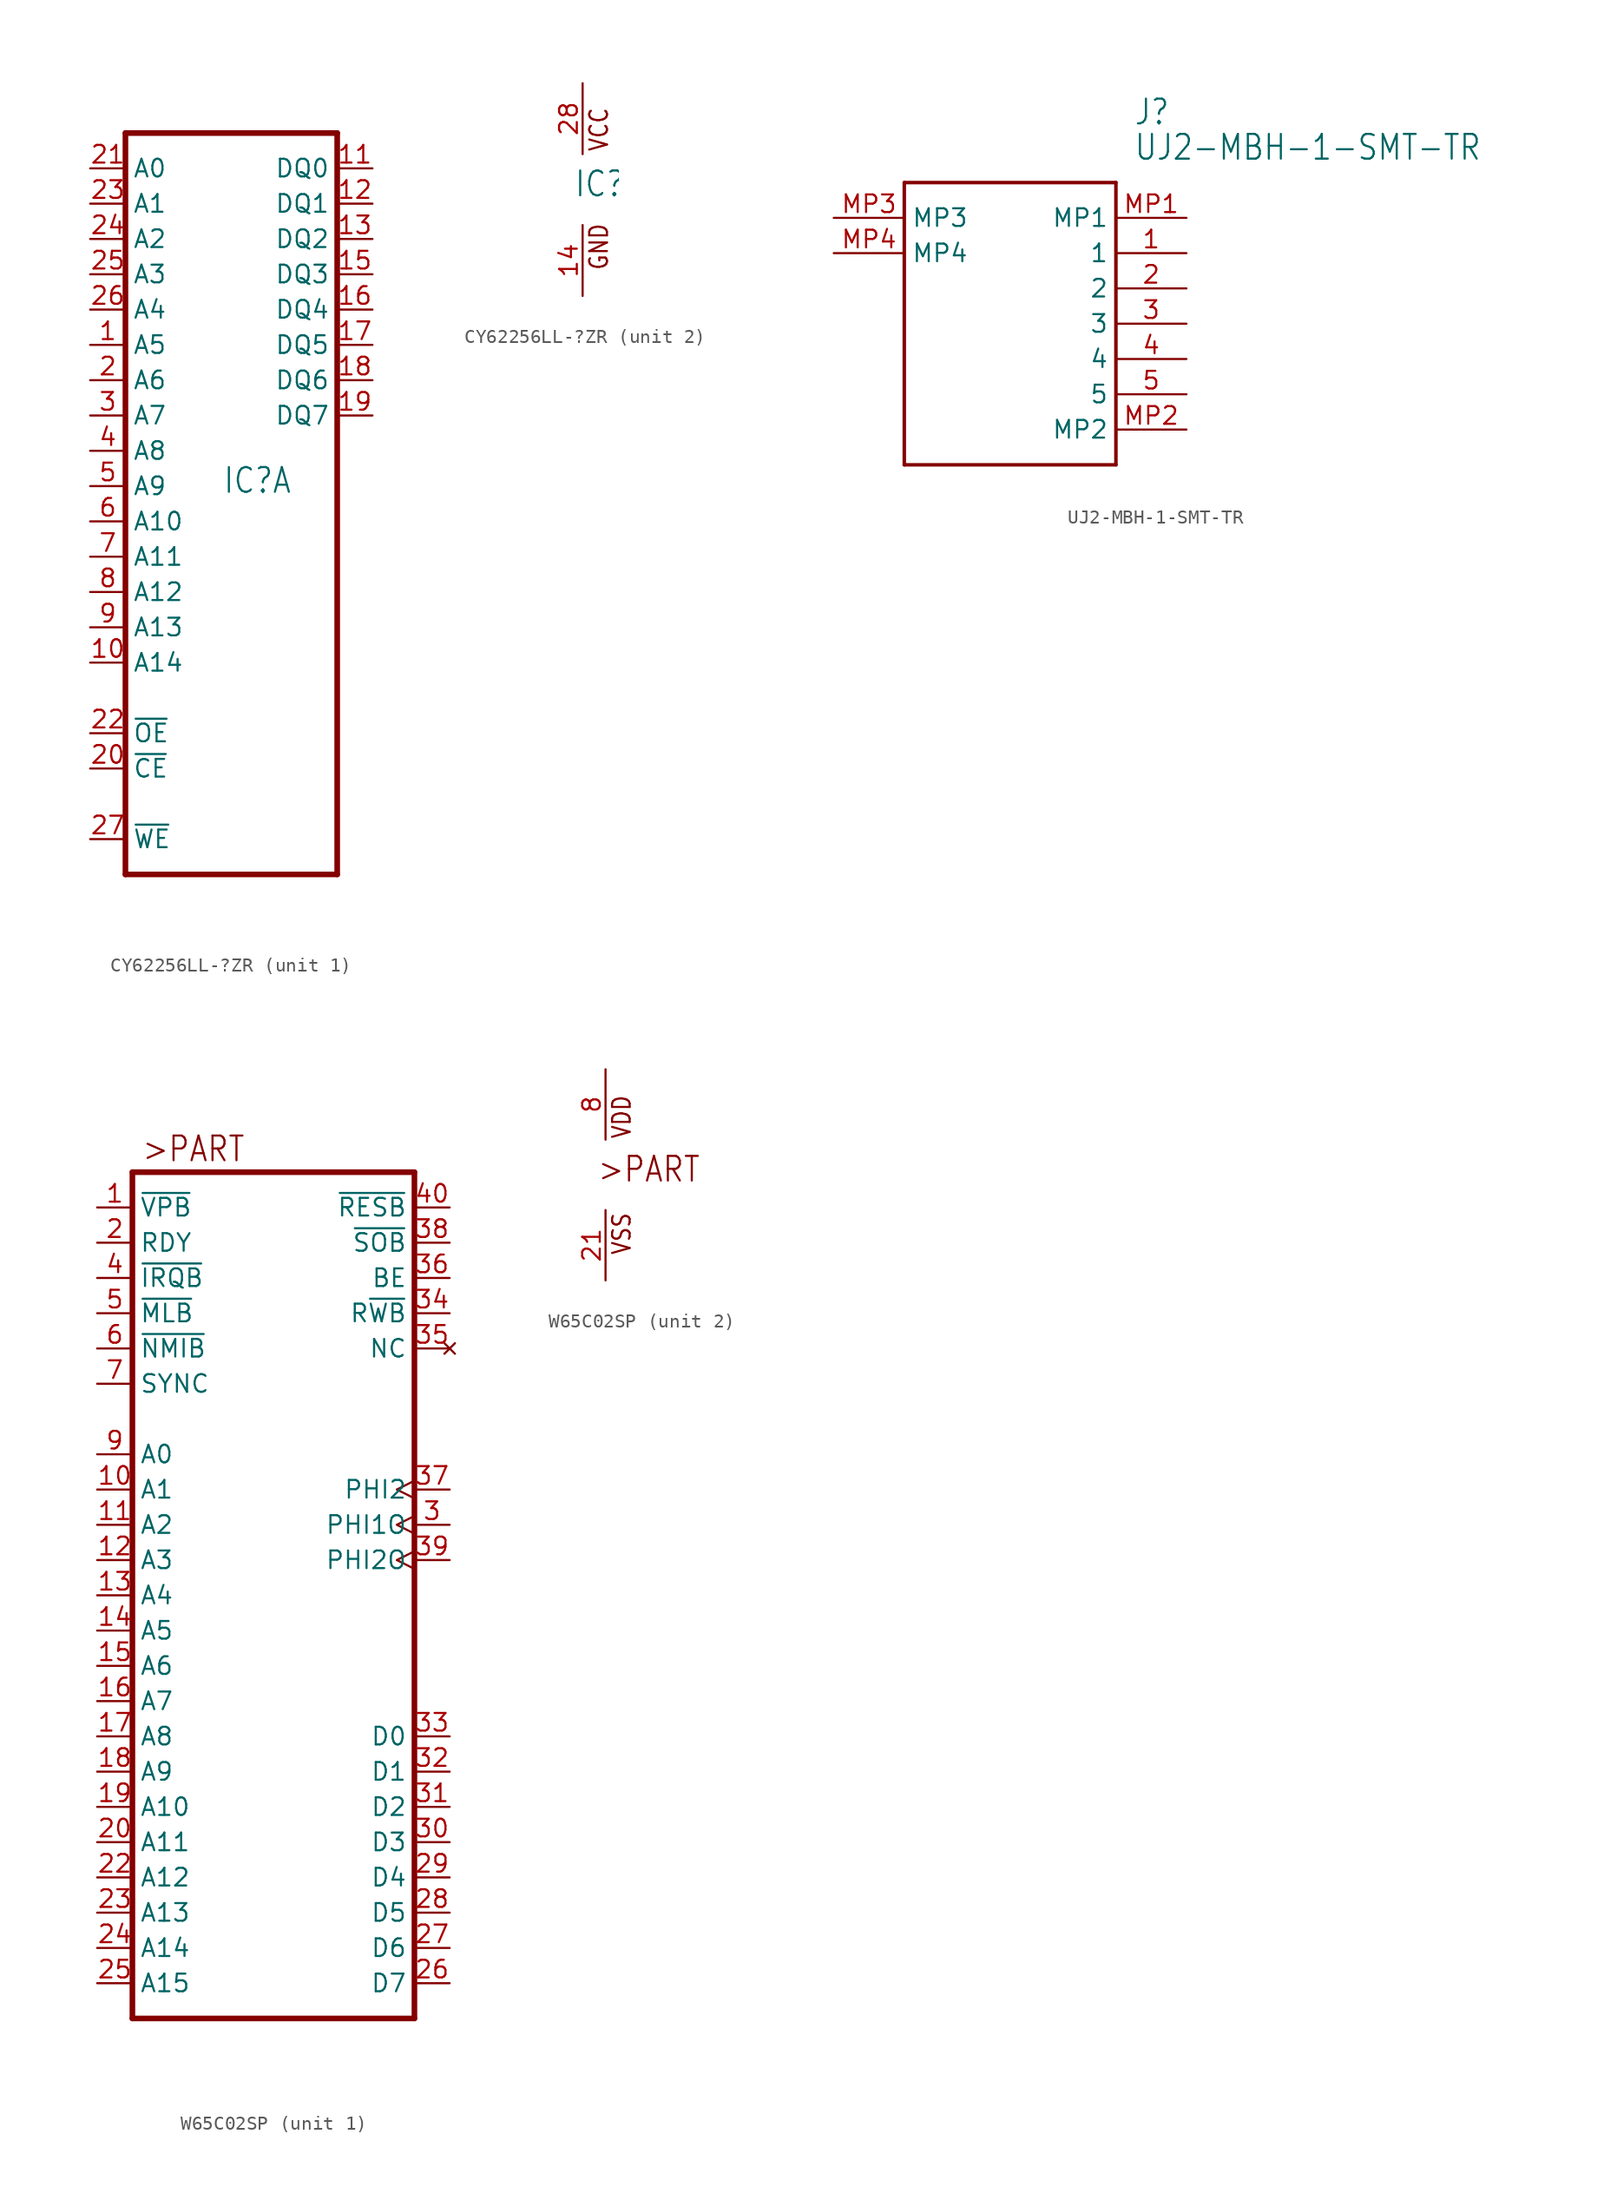
<source format=kicad_sym>
(kicad_symbol_lib
  (version 20211014)
  (generator kicad_symbol_editor)
  (symbol "CY62256LL-?ZR"
    (property "Reference" "IC"
      (at -0.635 -0.635 0)
      (effects (font (size 1.778 1.511)) (justify left bottom)))
    (property "ki_locked" ""
      (at 0 0 0)
      (effects (font (size 1.27 1.27))))
    (symbol "CY62256LL-?ZR_1_0"
      (polyline (pts (xy -7.62 25.4) (xy -7.62 -27.94)) (stroke (width 0.406) (type default) (color 0 0 0 0)) (fill (type none)))
      (polyline (pts (xy -7.62 25.4) (xy 7.62 25.4)) (stroke (width 0.406) (type default) (color 0 0 0 0)) (fill (type none)))
      (polyline (pts (xy 7.62 -27.94) (xy -7.62 -27.94)) (stroke (width 0.406) (type default) (color 0 0 0 0)) (fill (type none)))
      (polyline (pts (xy 7.62 -27.94) (xy 7.62 25.4)) (stroke (width 0.406) (type default) (color 0 0 0 0)) (fill (type none)))
      (pin input line (at -10.16 10.16 0) (length 2.54) (name "A5" (effects (font (size 1.27 1.27)))) (number "1" (effects (font (size 1.27 1.27)))))
      (pin input line (at -10.16 -12.7 0) (length 2.54) (name "A14" (effects (font (size 1.27 1.27)))) (number "10" (effects (font (size 1.27 1.27)))))
      (pin bidirectional line (at 10.16 22.86 180) (length 2.54) (name "DQ0" (effects (font (size 1.27 1.27)))) (number "11" (effects (font (size 1.27 1.27)))))
      (pin bidirectional line (at 10.16 20.32 180) (length 2.54) (name "DQ1" (effects (font (size 1.27 1.27)))) (number "12" (effects (font (size 1.27 1.27)))))
      (pin bidirectional line (at 10.16 17.78 180) (length 2.54) (name "DQ2" (effects (font (size 1.27 1.27)))) (number "13" (effects (font (size 1.27 1.27)))))
      (pin bidirectional line (at 10.16 15.24 180) (length 2.54) (name "DQ3" (effects (font (size 1.27 1.27)))) (number "15" (effects (font (size 1.27 1.27)))))
      (pin bidirectional line (at 10.16 12.7 180) (length 2.54) (name "DQ4" (effects (font (size 1.27 1.27)))) (number "16" (effects (font (size 1.27 1.27)))))
      (pin bidirectional line (at 10.16 10.16 180) (length 2.54) (name "DQ5" (effects (font (size 1.27 1.27)))) (number "17" (effects (font (size 1.27 1.27)))))
      (pin bidirectional line (at 10.16 7.62 180) (length 2.54) (name "DQ6" (effects (font (size 1.27 1.27)))) (number "18" (effects (font (size 1.27 1.27)))))
      (pin bidirectional line (at 10.16 5.08 180) (length 2.54) (name "DQ7" (effects (font (size 1.27 1.27)))) (number "19" (effects (font (size 1.27 1.27)))))
      (pin input line (at -10.16 7.62 0) (length 2.54) (name "A6" (effects (font (size 1.27 1.27)))) (number "2" (effects (font (size 1.27 1.27)))))
      (pin input line (at -10.16 -20.32 0) (length 2.54) (name "~{CE}" (effects (font (size 1.27 1.27)))) (number "20" (effects (font (size 1.27 1.27)))))
      (pin input line (at -10.16 22.86 0) (length 2.54) (name "A0" (effects (font (size 1.27 1.27)))) (number "21" (effects (font (size 1.27 1.27)))))
      (pin input line (at -10.16 -17.78 0) (length 2.54) (name "~{OE}" (effects (font (size 1.27 1.27)))) (number "22" (effects (font (size 1.27 1.27)))))
      (pin input line (at -10.16 20.32 0) (length 2.54) (name "A1" (effects (font (size 1.27 1.27)))) (number "23" (effects (font (size 1.27 1.27)))))
      (pin input line (at -10.16 17.78 0) (length 2.54) (name "A2" (effects (font (size 1.27 1.27)))) (number "24" (effects (font (size 1.27 1.27)))))
      (pin input line (at -10.16 15.24 0) (length 2.54) (name "A3" (effects (font (size 1.27 1.27)))) (number "25" (effects (font (size 1.27 1.27)))))
      (pin input line (at -10.16 12.7 0) (length 2.54) (name "A4" (effects (font (size 1.27 1.27)))) (number "26" (effects (font (size 1.27 1.27)))))
      (pin input line (at -10.16 -25.4 0) (length 2.54) (name "~{WE}" (effects (font (size 1.27 1.27)))) (number "27" (effects (font (size 1.27 1.27)))))
      (pin input line (at -10.16 5.08 0) (length 2.54) (name "A7" (effects (font (size 1.27 1.27)))) (number "3" (effects (font (size 1.27 1.27)))))
      (pin input line (at -10.16 2.54 0) (length 2.54) (name "A8" (effects (font (size 1.27 1.27)))) (number "4" (effects (font (size 1.27 1.27)))))
      (pin input line (at -10.16 0 0) (length 2.54) (name "A9" (effects (font (size 1.27 1.27)))) (number "5" (effects (font (size 1.27 1.27)))))
      (pin input line (at -10.16 -2.54 0) (length 2.54) (name "A10" (effects (font (size 1.27 1.27)))) (number "6" (effects (font (size 1.27 1.27)))))
      (pin input line (at -10.16 -5.08 0) (length 2.54) (name "A11" (effects (font (size 1.27 1.27)))) (number "7" (effects (font (size 1.27 1.27)))))
      (pin input line (at -10.16 -7.62 0) (length 2.54) (name "A12" (effects (font (size 1.27 1.27)))) (number "8" (effects (font (size 1.27 1.27)))))
      (pin input line (at -10.16 -10.16 0) (length 2.54) (name "A13" (effects (font (size 1.27 1.27)))) (number "9" (effects (font (size 1.27 1.27))))))
    (symbol "CY62256LL-?ZR_2_0"
      (text "GND" (at 1.905 -5.842 900) (effects (font (size 1.27 1.079)) (justify left bottom)))
      (text "VCC" (at 1.905 2.667 900) (effects (font (size 1.27 1.079)) (justify left bottom)))
      (pin power_in line (at 0 -7.62 90) (length 5.08) (name "GND" (effects (font (size 0 0)))) (number "14" (effects (font (size 1.27 1.27)))))
      (pin power_in line (at 0 7.62 270) (length 5.08) (name "VCC" (effects (font (size 0 0)))) (number "28" (effects (font (size 1.27 1.27)))))))
  (symbol "UJ2-MBH-1-SMT-TR"
    (property "Reference" "J"
      (at 21.59 7.62 0)
      (effects (font (size 1.778 1.511)) (justify left)))
    (property "Value" "UJ2-MBH-1-SMT-TR"
      (at 21.59 5.08 0)
      (effects (font (size 1.778 1.511)) (justify left)))
    (property "ki_locked" ""
      (at 0 0 0)
      (effects (font (size 1.27 1.27))))
    (symbol "UJ2-MBH-1-SMT-TR_1_0"
      (polyline (pts (xy 5.08 2.54) (xy 5.08 -17.78)) (stroke (width 0.254) (type default) (color 0 0 0 0)) (fill (type none)))
      (polyline (pts (xy 5.08 2.54) (xy 20.32 2.54)) (stroke (width 0.254) (type default) (color 0 0 0 0)) (fill (type none)))
      (polyline (pts (xy 20.32 -17.78) (xy 5.08 -17.78)) (stroke (width 0.254) (type default) (color 0 0 0 0)) (fill (type none)))
      (polyline (pts (xy 20.32 -17.78) (xy 20.32 2.54)) (stroke (width 0.254) (type default) (color 0 0 0 0)) (fill (type none)))
      (pin bidirectional line (at 25.4 -2.54 180) (length 5.08) (name "1" (effects (font (size 1.27 1.27)))) (number "1" (effects (font (size 1.27 1.27)))))
      (pin bidirectional line (at 25.4 -5.08 180) (length 5.08) (name "2" (effects (font (size 1.27 1.27)))) (number "2" (effects (font (size 1.27 1.27)))))
      (pin bidirectional line (at 25.4 -7.62 180) (length 5.08) (name "3" (effects (font (size 1.27 1.27)))) (number "3" (effects (font (size 1.27 1.27)))))
      (pin bidirectional line (at 25.4 -10.16 180) (length 5.08) (name "4" (effects (font (size 1.27 1.27)))) (number "4" (effects (font (size 1.27 1.27)))))
      (pin bidirectional line (at 25.4 -12.7 180) (length 5.08) (name "5" (effects (font (size 1.27 1.27)))) (number "5" (effects (font (size 1.27 1.27)))))
      (pin bidirectional line (at 25.4 0 180) (length 5.08) (name "MP1" (effects (font (size 1.27 1.27)))) (number "MP1" (effects (font (size 1.27 1.27)))))
      (pin bidirectional line (at 25.4 -15.24 180) (length 5.08) (name "MP2" (effects (font (size 1.27 1.27)))) (number "MP2" (effects (font (size 1.27 1.27)))))
      (pin bidirectional line (at 0 0 0) (length 5.08) (name "MP3" (effects (font (size 1.27 1.27)))) (number "MP3" (effects (font (size 1.27 1.27)))))
      (pin bidirectional line (at 0 -2.54 0) (length 5.08) (name "MP4" (effects (font (size 1.27 1.27)))) (number "MP4" (effects (font (size 1.27 1.27)))))))
  (symbol "W65C02SP"
    (property "Reference" "IC"
      (at 0 0 0)
      (effects (font (size 1.27 1.27)) hide))
    (property "ki_locked" ""
      (at 0 0 0)
      (effects (font (size 1.27 1.27))))
    (symbol "W65C02SP_1_0"
      (polyline (pts (xy -10.16 -30.48) (xy 10.16 -30.48)) (stroke (width 0.406) (type default) (color 0 0 0 0)) (fill (type none)))
      (polyline (pts (xy -10.16 30.48) (xy -10.16 -30.48)) (stroke (width 0.406) (type default) (color 0 0 0 0)) (fill (type none)))
      (polyline (pts (xy -10.16 30.48) (xy 10.16 30.48)) (stroke (width 0.406) (type default) (color 0 0 0 0)) (fill (type none)))
      (polyline (pts (xy 10.16 -30.48) (xy 10.16 30.48)) (stroke (width 0.406) (type default) (color 0 0 0 0)) (fill (type none)))
      (text ">PART" (at -9.525 31.115 0) (effects (font (size 1.778 1.511)) (justify left bottom)))
      (pin output line (at -12.7 27.94 0) (length 2.54) (name "~{VPB}" (effects (font (size 1.27 1.27)))) (number "1" (effects (font (size 1.27 1.27)))))
      (pin output line (at -12.7 7.62 0) (length 2.54) (name "A1" (effects (font (size 1.27 1.27)))) (number "10" (effects (font (size 1.27 1.27)))))
      (pin output line (at -12.7 5.08 0) (length 2.54) (name "A2" (effects (font (size 1.27 1.27)))) (number "11" (effects (font (size 1.27 1.27)))))
      (pin output line (at -12.7 2.54 0) (length 2.54) (name "A3" (effects (font (size 1.27 1.27)))) (number "12" (effects (font (size 1.27 1.27)))))
      (pin output line (at -12.7 0 0) (length 2.54) (name "A4" (effects (font (size 1.27 1.27)))) (number "13" (effects (font (size 1.27 1.27)))))
      (pin output line (at -12.7 -2.54 0) (length 2.54) (name "A5" (effects (font (size 1.27 1.27)))) (number "14" (effects (font (size 1.27 1.27)))))
      (pin output line (at -12.7 -5.08 0) (length 2.54) (name "A6" (effects (font (size 1.27 1.27)))) (number "15" (effects (font (size 1.27 1.27)))))
      (pin output line (at -12.7 -7.62 0) (length 2.54) (name "A7" (effects (font (size 1.27 1.27)))) (number "16" (effects (font (size 1.27 1.27)))))
      (pin output line (at -12.7 -10.16 0) (length 2.54) (name "A8" (effects (font (size 1.27 1.27)))) (number "17" (effects (font (size 1.27 1.27)))))
      (pin output line (at -12.7 -12.7 0) (length 2.54) (name "A9" (effects (font (size 1.27 1.27)))) (number "18" (effects (font (size 1.27 1.27)))))
      (pin output line (at -12.7 -15.24 0) (length 2.54) (name "A10" (effects (font (size 1.27 1.27)))) (number "19" (effects (font (size 1.27 1.27)))))
      (pin input line (at -12.7 25.4 0) (length 2.54) (name "RDY" (effects (font (size 1.27 1.27)))) (number "2" (effects (font (size 1.27 1.27)))))
      (pin output line (at -12.7 -17.78 0) (length 2.54) (name "A11" (effects (font (size 1.27 1.27)))) (number "20" (effects (font (size 1.27 1.27)))))
      (pin output line (at -12.7 -20.32 0) (length 2.54) (name "A12" (effects (font (size 1.27 1.27)))) (number "22" (effects (font (size 1.27 1.27)))))
      (pin output line (at -12.7 -22.86 0) (length 2.54) (name "A13" (effects (font (size 1.27 1.27)))) (number "23" (effects (font (size 1.27 1.27)))))
      (pin output line (at -12.7 -25.4 0) (length 2.54) (name "A14" (effects (font (size 1.27 1.27)))) (number "24" (effects (font (size 1.27 1.27)))))
      (pin output line (at -12.7 -27.94 0) (length 2.54) (name "A15" (effects (font (size 1.27 1.27)))) (number "25" (effects (font (size 1.27 1.27)))))
      (pin bidirectional line (at 12.7 -27.94 180) (length 2.54) (name "D7" (effects (font (size 1.27 1.27)))) (number "26" (effects (font (size 1.27 1.27)))))
      (pin bidirectional line (at 12.7 -25.4 180) (length 2.54) (name "D6" (effects (font (size 1.27 1.27)))) (number "27" (effects (font (size 1.27 1.27)))))
      (pin bidirectional line (at 12.7 -22.86 180) (length 2.54) (name "D5" (effects (font (size 1.27 1.27)))) (number "28" (effects (font (size 1.27 1.27)))))
      (pin bidirectional line (at 12.7 -20.32 180) (length 2.54) (name "D4" (effects (font (size 1.27 1.27)))) (number "29" (effects (font (size 1.27 1.27)))))
      (pin output clock (at 12.7 5.08 180) (length 2.54) (name "PHI1O" (effects (font (size 1.27 1.27)))) (number "3" (effects (font (size 1.27 1.27)))))
      (pin bidirectional line (at 12.7 -17.78 180) (length 2.54) (name "D3" (effects (font (size 1.27 1.27)))) (number "30" (effects (font (size 1.27 1.27)))))
      (pin bidirectional line (at 12.7 -15.24 180) (length 2.54) (name "D2" (effects (font (size 1.27 1.27)))) (number "31" (effects (font (size 1.27 1.27)))))
      (pin bidirectional line (at 12.7 -12.7 180) (length 2.54) (name "D1" (effects (font (size 1.27 1.27)))) (number "32" (effects (font (size 1.27 1.27)))))
      (pin bidirectional line (at 12.7 -10.16 180) (length 2.54) (name "D0" (effects (font (size 1.27 1.27)))) (number "33" (effects (font (size 1.27 1.27)))))
      (pin output line (at 12.7 20.32 180) (length 2.54) (name "R~{WB}" (effects (font (size 1.27 1.27)))) (number "34" (effects (font (size 1.27 1.27)))))
      (pin no_connect line (at 12.7 17.78 180) (length 2.54) (name "NC" (effects (font (size 1.27 1.27)))) (number "35" (effects (font (size 1.27 1.27)))))
      (pin input line (at 12.7 22.86 180) (length 2.54) (name "BE" (effects (font (size 1.27 1.27)))) (number "36" (effects (font (size 1.27 1.27)))))
      (pin input clock (at 12.7 7.62 180) (length 2.54) (name "PHI2" (effects (font (size 1.27 1.27)))) (number "37" (effects (font (size 1.27 1.27)))))
      (pin input line (at 12.7 25.4 180) (length 2.54) (name "~{SOB}" (effects (font (size 1.27 1.27)))) (number "38" (effects (font (size 1.27 1.27)))))
      (pin output clock (at 12.7 2.54 180) (length 2.54) (name "PHI2O" (effects (font (size 1.27 1.27)))) (number "39" (effects (font (size 1.27 1.27)))))
      (pin input line (at -12.7 22.86 0) (length 2.54) (name "~{IRQB}" (effects (font (size 1.27 1.27)))) (number "4" (effects (font (size 1.27 1.27)))))
      (pin input line (at 12.7 27.94 180) (length 2.54) (name "~{RESB}" (effects (font (size 1.27 1.27)))) (number "40" (effects (font (size 1.27 1.27)))))
      (pin output line (at -12.7 20.32 0) (length 2.54) (name "~{MLB}" (effects (font (size 1.27 1.27)))) (number "5" (effects (font (size 1.27 1.27)))))
      (pin input line (at -12.7 17.78 0) (length 2.54) (name "~{NMIB}" (effects (font (size 1.27 1.27)))) (number "6" (effects (font (size 1.27 1.27)))))
      (pin output line (at -12.7 15.24 0) (length 2.54) (name "SYNC" (effects (font (size 1.27 1.27)))) (number "7" (effects (font (size 1.27 1.27)))))
      (pin output line (at -12.7 10.16 0) (length 2.54) (name "A0" (effects (font (size 1.27 1.27)))) (number "9" (effects (font (size 1.27 1.27))))))
    (symbol "W65C02SP_2_0"
      (text ">PART" (at -0.635 -0.635 0) (effects (font (size 1.778 1.511)) (justify left bottom)))
      (text "VDD" (at 1.905 2.54 900) (effects (font (size 1.27 1.079)) (justify left bottom)))
      (text "VSS" (at 1.905 -5.842 900) (effects (font (size 1.27 1.079)) (justify left bottom)))
      (pin power_in line (at 0 -7.62 90) (length 5.08) (name "VSS" (effects (font (size 0 0)))) (number "21" (effects (font (size 1.27 1.27)))))
      (pin power_in line (at 0 7.62 270) (length 5.08) (name "VDD" (effects (font (size 0 0)))) (number "8" (effects (font (size 1.27 1.27))))))))
</source>
